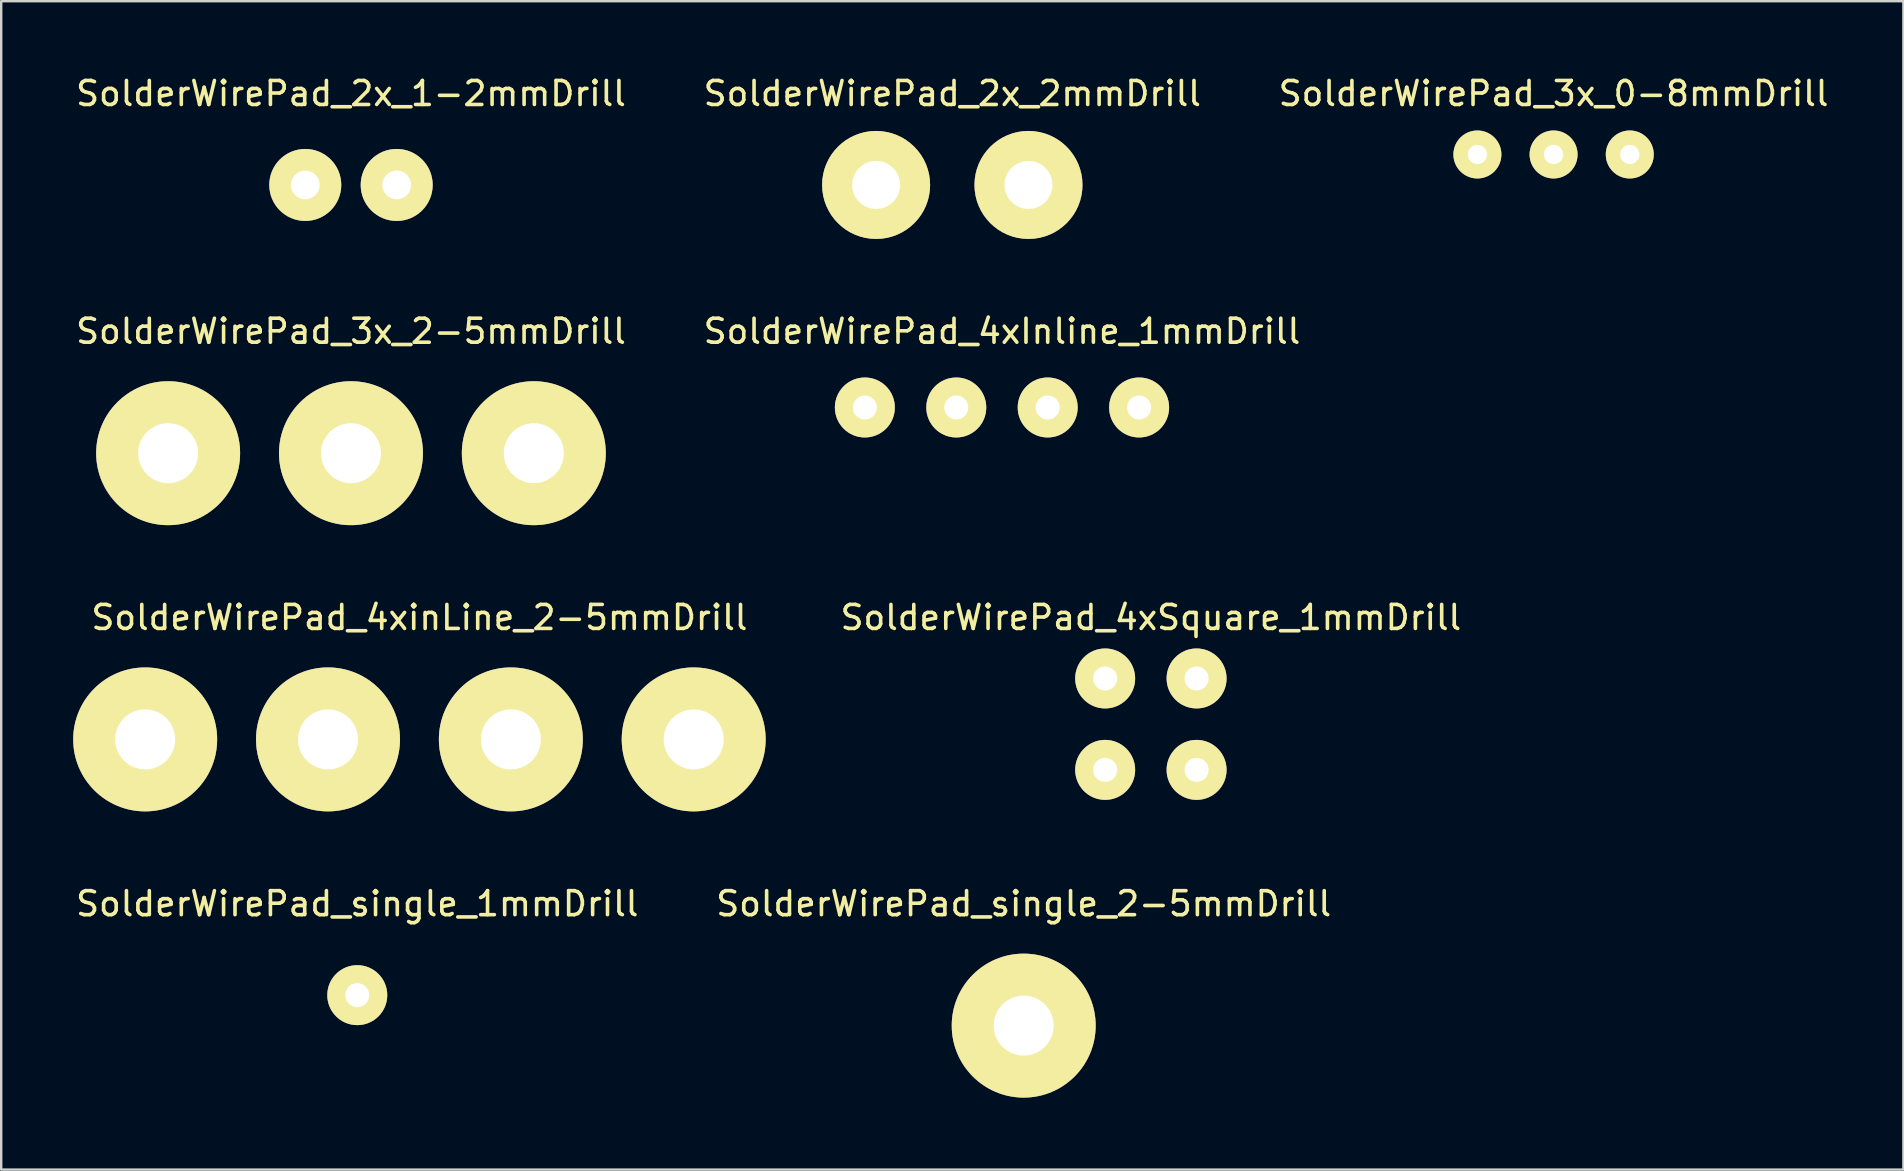
<source format=kicad_pcb>
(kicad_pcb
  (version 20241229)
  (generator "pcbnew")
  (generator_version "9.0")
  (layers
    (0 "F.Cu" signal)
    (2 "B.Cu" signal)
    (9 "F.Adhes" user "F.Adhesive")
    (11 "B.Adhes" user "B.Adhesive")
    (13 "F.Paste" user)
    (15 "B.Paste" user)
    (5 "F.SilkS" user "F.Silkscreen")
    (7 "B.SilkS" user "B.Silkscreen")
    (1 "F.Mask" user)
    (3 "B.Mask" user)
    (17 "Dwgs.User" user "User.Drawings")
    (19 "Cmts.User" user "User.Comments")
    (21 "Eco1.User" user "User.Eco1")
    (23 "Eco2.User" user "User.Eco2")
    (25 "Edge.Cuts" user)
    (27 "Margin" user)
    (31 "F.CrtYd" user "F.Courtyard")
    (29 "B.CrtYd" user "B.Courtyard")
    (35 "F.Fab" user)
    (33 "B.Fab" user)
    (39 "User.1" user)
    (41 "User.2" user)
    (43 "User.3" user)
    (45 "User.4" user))
  (footprint "SolderWirePad_4xSquare_1mmDrill"
    (layer "F.Cu")
    (at 44.913 27.13)
    (property "Reference" "SolderWirePad_4xSquare_1mmDrill" (at 0 -4.445 0) (layer "F.SilkS") (effects (font (size 1 1) (thickness 0.15))))
    (attr through_hole)
    (pad "1" thru_hole circle (at -1.905 -1.905) (size 2.499 2.499) (drill 1.001) (layers "*.Cu" "*.Mask" "F.SilkS"))
    (pad "1" thru_hole circle (at -1.905 1.905) (size 2.499 2.499) (drill 1.001) (layers "*.Cu" "*.Mask" "F.SilkS"))
    (pad "1" thru_hole circle (at 1.905 -1.905) (size 2.499 2.499) (drill 1.001) (layers "*.Cu" "*.Mask" "F.SilkS"))
    (pad "1" thru_hole circle (at 1.905 1.905) (size 2.499 2.499) (drill 1.001) (layers "*.Cu" "*.Mask" "F.SilkS")))
  (footprint "SolderWirePad_single_2-5mmDrill"
    (layer "F.Cu")
    (at 39.613 39.693)
    (property "Reference" "SolderWirePad_single_2-5mmDrill" (at 0 -5.08 0) (layer "F.SilkS") (effects (font (size 1 1) (thickness 0.15))))
    (attr through_hole)
    (pad "1" thru_hole circle (at 0 0) (size 5.999 5.999) (drill 2.499) (layers "*.Cu" "*.Mask" "F.SilkS")))
  (footprint "SolderWirePad_3x_2-5mmDrill"
    (layer "F.Cu")
    (at 11.577 15.837)
    (property "Reference" "SolderWirePad_3x_2-5mmDrill" (at 0 -5.08 0) (layer "F.SilkS") (effects (font (size 1 1) (thickness 0.15))))
    (attr through_hole)
    (pad "1" thru_hole circle (at -7.62 0) (size 5.999 5.999) (drill 2.499) (layers "*.Cu" "*.Mask" "F.SilkS"))
    (pad "1" thru_hole circle (at 0 0) (size 5.999 5.999) (drill 2.499) (layers "*.Cu" "*.Mask" "F.SilkS"))
    (pad "1" thru_hole circle (at 7.62 0) (size 5.999 5.999) (drill 2.499) (layers "*.Cu" "*.Mask" "F.SilkS")))
  (footprint "SolderWirePad_single_1mmDrill"
    (layer "F.Cu")
    (at 11.839 38.423)
    (property "Reference" "SolderWirePad_single_1mmDrill" (at 0 -3.81 0) (layer "F.SilkS") (effects (font (size 1 1) (thickness 0.15))))
    (attr through_hole)
    (pad "1" thru_hole circle (at 0 0) (size 2.499 2.499) (drill 1.001) (layers "*.Cu" "*.Mask" "F.SilkS")))
  (footprint "SolderWirePad_3x_0-8mmDrill"
    (layer "F.Cu")
    (at 61.696 3.388)
    (property "Reference" "SolderWirePad_3x_0-8mmDrill" (at 0 -2.54 0) (layer "F.SilkS") (effects (font (size 1 1) (thickness 0.15))))
    (attr through_hole)
    (pad "1" thru_hole circle (at -3.175 0) (size 1.999 1.999) (drill 0.8) (layers "*.Cu" "*.Mask" "F.SilkS"))
    (pad "1" thru_hole circle (at 0 0) (size 1.999 1.999) (drill 0.8) (layers "*.Cu" "*.Mask" "F.SilkS"))
    (pad "1" thru_hole circle (at 3.175 0) (size 1.999 1.999) (drill 0.8) (layers "*.Cu" "*.Mask" "F.SilkS")))
  (footprint "SolderWirePad_4xinLine_2-5mmDrill"
    (layer "F.Cu")
    (at 14.43 27.765)
    (property "Reference" "SolderWirePad_4xinLine_2-5mmDrill" (at 0 -5.08 0) (layer "F.SilkS") (effects (font (size 1 1) (thickness 0.15))))
    (attr through_hole)
    (pad "1" thru_hole circle (at -11.43 0) (size 5.999 5.999) (drill 2.499) (layers "*.Cu" "*.Mask" "F.SilkS"))
    (pad "1" thru_hole circle (at -3.81 0) (size 5.999 5.999) (drill 2.499) (layers "*.Cu" "*.Mask" "F.SilkS"))
    (pad "1" thru_hole circle (at 3.81 0) (size 5.999 5.999) (drill 2.499) (layers "*.Cu" "*.Mask" "F.SilkS"))
    (pad "1" thru_hole circle (at 11.43 0) (size 5.999 5.999) (drill 2.499) (layers "*.Cu" "*.Mask" "F.SilkS")))
  (footprint "SolderWirePad_2x_1-2mmDrill"
    (layer "F.Cu")
    (at 11.577 4.658)
    (property "Reference" "SolderWirePad_2x_1-2mmDrill" (at 0 -3.81 0) (layer "F.SilkS") (effects (font (size 1 1) (thickness 0.15))))
    (attr through_hole)
    (pad "1" thru_hole circle (at -1.905 0) (size 3 3) (drill 1.199) (layers "*.Cu" "*.Mask" "F.SilkS"))
    (pad "1" thru_hole circle (at 1.905 0) (size 3 3) (drill 1.199) (layers "*.Cu" "*.Mask" "F.SilkS")))
  (footprint "SolderWirePad_4xInline_1mmDrill"
    (layer "F.Cu")
    (at 38.708 13.932)
    (property "Reference" "SolderWirePad_4xInline_1mmDrill" (at 0 -3.175 0) (layer "F.SilkS") (effects (font (size 1 1) (thickness 0.15))))
    (attr through_hole)
    (pad "1" thru_hole circle (at -5.715 0) (size 2.499 2.499) (drill 1.001) (layers "*.Cu" "*.Mask" "F.SilkS"))
    (pad "1" thru_hole circle (at -1.905 0) (size 2.499 2.499) (drill 1.001) (layers "*.Cu" "*.Mask" "F.SilkS"))
    (pad "1" thru_hole circle (at 1.905 0) (size 2.499 2.499) (drill 1.001) (layers "*.Cu" "*.Mask" "F.SilkS"))
    (pad "1" thru_hole circle (at 5.715 0) (size 2.499 2.499) (drill 1.001) (layers "*.Cu" "*.Mask" "F.SilkS")))
  (footprint "SolderWirePad_2x_2mmDrill"
    (layer "F.Cu")
    (at 36.637 4.658)
    (property "Reference" "SolderWirePad_2x_2mmDrill" (at 0 -3.81 0) (layer "F.SilkS") (effects (font (size 1 1) (thickness 0.15))))
    (attr through_hole)
    (pad "1" thru_hole circle (at -3.175 0) (size 4.501 4.501) (drill 1.999) (layers "*.Cu" "*.Mask" "F.SilkS"))
    (pad "1" thru_hole circle (at 3.175 0) (size 4.501 4.501) (drill 1.999) (layers "*.Cu" "*.Mask" "F.SilkS")))
  (gr_rect
    (start -3 -3)
    (end 76.274 45.693)
    (stroke (width 0.1) (type default))
    (fill no)
    (layer "Edge.Cuts")))
</source>
